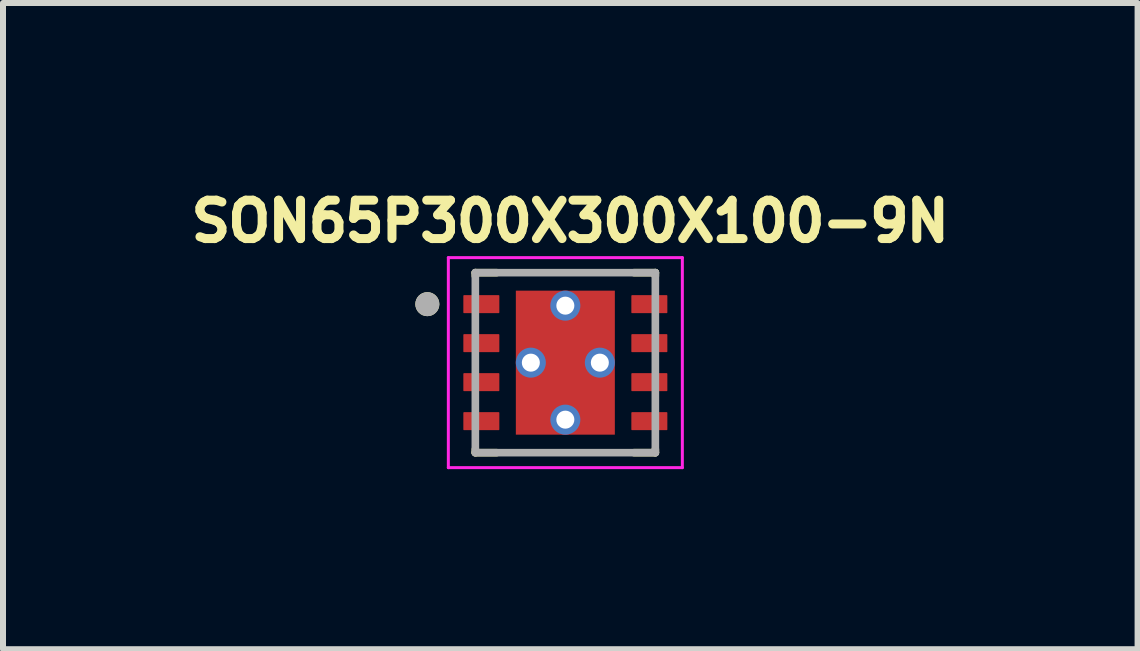
<source format=kicad_pcb>
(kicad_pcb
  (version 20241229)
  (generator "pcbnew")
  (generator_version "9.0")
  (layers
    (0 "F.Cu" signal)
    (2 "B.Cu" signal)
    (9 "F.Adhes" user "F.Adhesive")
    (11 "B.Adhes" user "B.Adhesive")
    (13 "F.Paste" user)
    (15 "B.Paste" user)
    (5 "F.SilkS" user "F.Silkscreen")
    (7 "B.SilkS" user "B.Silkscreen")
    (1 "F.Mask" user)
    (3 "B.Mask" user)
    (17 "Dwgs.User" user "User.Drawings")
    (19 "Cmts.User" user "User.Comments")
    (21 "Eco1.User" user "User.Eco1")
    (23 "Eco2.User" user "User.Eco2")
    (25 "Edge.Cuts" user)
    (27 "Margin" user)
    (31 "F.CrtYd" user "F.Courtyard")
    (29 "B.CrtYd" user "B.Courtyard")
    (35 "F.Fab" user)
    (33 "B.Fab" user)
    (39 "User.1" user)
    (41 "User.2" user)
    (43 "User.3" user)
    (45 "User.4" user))
  (footprint "SON65P300X300X100-9N"
    (layer "F.Cu")
    (at 6.372 2.994)
    (property "Reference" "SON65P300X300X100-9N" (at 0.082 -2.356 0) (layer "F.SilkS") (effects (font (size 0.64 0.64) (thickness 0.15))))
    (attr smd)
    (fp_poly (pts (xy -0.895 -1.27) (xy 0.895 -1.27) (xy 0.895 1.27) (xy -0.895 1.27)) (stroke (width 0.01) (type solid)) (fill yes) (layer "F.Mask"))
    (fp_poly (pts (xy -1.72 -1.195) (xy -1.08 -1.195) (xy -1.077 -1.195) (xy -1.075 -1.195) (xy -1.072 -1.194) (xy -1.07 -1.194) (xy -1.067 -1.193) (xy -1.065 -1.193) (xy -1.062 -1.192) (xy -1.06 -1.191) (xy -1.057 -1.19) (xy -1.055 -1.188) (xy -1.053 -1.187) (xy -1.051 -1.185) (xy -1.049 -1.184) (xy -1.047 -1.182) (xy -1.045 -1.18) (xy -1.043 -1.178) (xy -1.041 -1.176) (xy -1.04 -1.174) (xy -1.038 -1.172) (xy -1.037 -1.17) (xy -1.035 -1.168) (xy -1.034 -1.165) (xy -1.033 -1.163) (xy -1.032 -1.16) (xy -1.032 -1.158) (xy -1.031 -1.155) (xy -1.031 -1.153) (xy -1.03 -1.15) (xy -1.03 -1.148) (xy -1.03 -1.145) (xy -1.03 -0.805) (xy -1.03 -0.802) (xy -1.03 -0.8) (xy -1.031 -0.797) (xy -1.031 -0.795) (xy -1.032 -0.792) (xy -1.032 -0.79) (xy -1.033 -0.787) (xy -1.034 -0.785) (xy -1.035 -0.782) (xy -1.037 -0.78) (xy -1.038 -0.778) (xy -1.04 -0.776) (xy -1.041 -0.774) (xy -1.043 -0.772) (xy -1.045 -0.77) (xy -1.047 -0.768) (xy -1.049 -0.766) (xy -1.051 -0.765) (xy -1.053 -0.763) (xy -1.055 -0.762) (xy -1.057 -0.76) (xy -1.06 -0.759) (xy -1.062 -0.758) (xy -1.065 -0.757) (xy -1.067 -0.757) (xy -1.07 -0.756) (xy -1.072 -0.756) (xy -1.075 -0.755) (xy -1.077 -0.755) (xy -1.08 -0.755) (xy -1.72 -0.755) (xy -1.723 -0.755) (xy -1.725 -0.755) (xy -1.728 -0.756) (xy -1.73 -0.756) (xy -1.733 -0.757) (xy -1.735 -0.757) (xy -1.738 -0.758) (xy -1.74 -0.759) (xy -1.743 -0.76) (xy -1.745 -0.762) (xy -1.747 -0.763) (xy -1.749 -0.765) (xy -1.751 -0.766) (xy -1.753 -0.768) (xy -1.755 -0.77) (xy -1.757 -0.772) (xy -1.759 -0.774) (xy -1.76 -0.776) (xy -1.762 -0.778) (xy -1.763 -0.78) (xy -1.765 -0.782) (xy -1.766 -0.785) (xy -1.767 -0.787) (xy -1.768 -0.79) (xy -1.768 -0.792) (xy -1.769 -0.795) (xy -1.769 -0.797) (xy -1.77 -0.8) (xy -1.77 -0.802) (xy -1.77 -0.805) (xy -1.77 -1.145) (xy -1.77 -1.148) (xy -1.77 -1.15) (xy -1.769 -1.153) (xy -1.769 -1.155) (xy -1.768 -1.158) (xy -1.768 -1.16) (xy -1.767 -1.163) (xy -1.766 -1.165) (xy -1.765 -1.168) (xy -1.763 -1.17) (xy -1.762 -1.172) (xy -1.76 -1.174) (xy -1.759 -1.176) (xy -1.757 -1.178) (xy -1.755 -1.18) (xy -1.753 -1.182) (xy -1.751 -1.184) (xy -1.749 -1.185) (xy -1.747 -1.187) (xy -1.745 -1.188) (xy -1.743 -1.19) (xy -1.74 -1.191) (xy -1.738 -1.192) (xy -1.735 -1.193) (xy -1.733 -1.193) (xy -1.73 -1.194) (xy -1.728 -1.194) (xy -1.725 -1.195) (xy -1.723 -1.195) (xy -1.72 -1.195)) (stroke (width 0.01) (type solid)) (fill yes) (layer "F.Mask"))
    (fp_poly (pts (xy -1.72 -0.545) (xy -1.08 -0.545) (xy -1.077 -0.545) (xy -1.075 -0.545) (xy -1.072 -0.544) (xy -1.07 -0.544) (xy -1.067 -0.543) (xy -1.065 -0.543) (xy -1.062 -0.542) (xy -1.06 -0.541) (xy -1.057 -0.54) (xy -1.055 -0.538) (xy -1.053 -0.537) (xy -1.051 -0.535) (xy -1.049 -0.534) (xy -1.047 -0.532) (xy -1.045 -0.53) (xy -1.043 -0.528) (xy -1.041 -0.526) (xy -1.04 -0.524) (xy -1.038 -0.522) (xy -1.037 -0.52) (xy -1.035 -0.518) (xy -1.034 -0.515) (xy -1.033 -0.513) (xy -1.032 -0.51) (xy -1.032 -0.508) (xy -1.031 -0.505) (xy -1.031 -0.503) (xy -1.03 -0.5) (xy -1.03 -0.498) (xy -1.03 -0.495) (xy -1.03 -0.155) (xy -1.03 -0.152) (xy -1.03 -0.15) (xy -1.031 -0.147) (xy -1.031 -0.145) (xy -1.032 -0.142) (xy -1.032 -0.14) (xy -1.033 -0.137) (xy -1.034 -0.135) (xy -1.035 -0.132) (xy -1.037 -0.13) (xy -1.038 -0.128) (xy -1.04 -0.126) (xy -1.041 -0.124) (xy -1.043 -0.122) (xy -1.045 -0.12) (xy -1.047 -0.118) (xy -1.049 -0.116) (xy -1.051 -0.115) (xy -1.053 -0.113) (xy -1.055 -0.112) (xy -1.057 -0.11) (xy -1.06 -0.109) (xy -1.062 -0.108) (xy -1.065 -0.107) (xy -1.067 -0.107) (xy -1.07 -0.106) (xy -1.072 -0.106) (xy -1.075 -0.105) (xy -1.077 -0.105) (xy -1.08 -0.105) (xy -1.72 -0.105) (xy -1.723 -0.105) (xy -1.725 -0.105) (xy -1.728 -0.106) (xy -1.73 -0.106) (xy -1.733 -0.107) (xy -1.735 -0.107) (xy -1.738 -0.108) (xy -1.74 -0.109) (xy -1.743 -0.11) (xy -1.745 -0.112) (xy -1.747 -0.113) (xy -1.749 -0.115) (xy -1.751 -0.116) (xy -1.753 -0.118) (xy -1.755 -0.12) (xy -1.757 -0.122) (xy -1.759 -0.124) (xy -1.76 -0.126) (xy -1.762 -0.128) (xy -1.763 -0.13) (xy -1.765 -0.132) (xy -1.766 -0.135) (xy -1.767 -0.137) (xy -1.768 -0.14) (xy -1.768 -0.142) (xy -1.769 -0.145) (xy -1.769 -0.147) (xy -1.77 -0.15) (xy -1.77 -0.152) (xy -1.77 -0.155) (xy -1.77 -0.495) (xy -1.77 -0.498) (xy -1.77 -0.5) (xy -1.769 -0.503) (xy -1.769 -0.505) (xy -1.768 -0.508) (xy -1.768 -0.51) (xy -1.767 -0.513) (xy -1.766 -0.515) (xy -1.765 -0.518) (xy -1.763 -0.52) (xy -1.762 -0.522) (xy -1.76 -0.524) (xy -1.759 -0.526) (xy -1.757 -0.528) (xy -1.755 -0.53) (xy -1.753 -0.532) (xy -1.751 -0.534) (xy -1.749 -0.535) (xy -1.747 -0.537) (xy -1.745 -0.538) (xy -1.743 -0.54) (xy -1.74 -0.541) (xy -1.738 -0.542) (xy -1.735 -0.543) (xy -1.733 -0.543) (xy -1.73 -0.544) (xy -1.728 -0.544) (xy -1.725 -0.545) (xy -1.723 -0.545) (xy -1.72 -0.545)) (stroke (width 0.01) (type solid)) (fill yes) (layer "F.Mask"))
    (fp_poly (pts (xy -1.72 0.105) (xy -1.08 0.105) (xy -1.077 0.105) (xy -1.075 0.105) (xy -1.072 0.106) (xy -1.07 0.106) (xy -1.067 0.107) (xy -1.065 0.107) (xy -1.062 0.108) (xy -1.06 0.109) (xy -1.057 0.11) (xy -1.055 0.112) (xy -1.053 0.113) (xy -1.051 0.115) (xy -1.049 0.116) (xy -1.047 0.118) (xy -1.045 0.12) (xy -1.043 0.122) (xy -1.041 0.124) (xy -1.04 0.126) (xy -1.038 0.128) (xy -1.037 0.13) (xy -1.035 0.132) (xy -1.034 0.135) (xy -1.033 0.137) (xy -1.032 0.14) (xy -1.032 0.142) (xy -1.031 0.145) (xy -1.031 0.147) (xy -1.03 0.15) (xy -1.03 0.152) (xy -1.03 0.155) (xy -1.03 0.495) (xy -1.03 0.498) (xy -1.03 0.5) (xy -1.031 0.503) (xy -1.031 0.505) (xy -1.032 0.508) (xy -1.032 0.51) (xy -1.033 0.513) (xy -1.034 0.515) (xy -1.035 0.518) (xy -1.037 0.52) (xy -1.038 0.522) (xy -1.04 0.524) (xy -1.041 0.526) (xy -1.043 0.528) (xy -1.045 0.53) (xy -1.047 0.532) (xy -1.049 0.534) (xy -1.051 0.535) (xy -1.053 0.537) (xy -1.055 0.538) (xy -1.057 0.54) (xy -1.06 0.541) (xy -1.062 0.542) (xy -1.065 0.543) (xy -1.067 0.543) (xy -1.07 0.544) (xy -1.072 0.544) (xy -1.075 0.545) (xy -1.077 0.545) (xy -1.08 0.545) (xy -1.72 0.545) (xy -1.723 0.545) (xy -1.725 0.545) (xy -1.728 0.544) (xy -1.73 0.544) (xy -1.733 0.543) (xy -1.735 0.543) (xy -1.738 0.542) (xy -1.74 0.541) (xy -1.743 0.54) (xy -1.745 0.538) (xy -1.747 0.537) (xy -1.749 0.535) (xy -1.751 0.534) (xy -1.753 0.532) (xy -1.755 0.53) (xy -1.757 0.528) (xy -1.759 0.526) (xy -1.76 0.524) (xy -1.762 0.522) (xy -1.763 0.52) (xy -1.765 0.518) (xy -1.766 0.515) (xy -1.767 0.513) (xy -1.768 0.51) (xy -1.768 0.508) (xy -1.769 0.505) (xy -1.769 0.503) (xy -1.77 0.5) (xy -1.77 0.498) (xy -1.77 0.495) (xy -1.77 0.155) (xy -1.77 0.152) (xy -1.77 0.15) (xy -1.769 0.147) (xy -1.769 0.145) (xy -1.768 0.142) (xy -1.768 0.14) (xy -1.767 0.137) (xy -1.766 0.135) (xy -1.765 0.132) (xy -1.763 0.13) (xy -1.762 0.128) (xy -1.76 0.126) (xy -1.759 0.124) (xy -1.757 0.122) (xy -1.755 0.12) (xy -1.753 0.118) (xy -1.751 0.116) (xy -1.749 0.115) (xy -1.747 0.113) (xy -1.745 0.112) (xy -1.743 0.11) (xy -1.74 0.109) (xy -1.738 0.108) (xy -1.735 0.107) (xy -1.733 0.107) (xy -1.73 0.106) (xy -1.728 0.106) (xy -1.725 0.105) (xy -1.723 0.105) (xy -1.72 0.105)) (stroke (width 0.01) (type solid)) (fill yes) (layer "F.Mask"))
    (fp_poly (pts (xy -1.72 0.755) (xy -1.08 0.755) (xy -1.077 0.755) (xy -1.075 0.755) (xy -1.072 0.756) (xy -1.07 0.756) (xy -1.067 0.757) (xy -1.065 0.757) (xy -1.062 0.758) (xy -1.06 0.759) (xy -1.057 0.76) (xy -1.055 0.762) (xy -1.053 0.763) (xy -1.051 0.765) (xy -1.049 0.766) (xy -1.047 0.768) (xy -1.045 0.77) (xy -1.043 0.772) (xy -1.041 0.774) (xy -1.04 0.776) (xy -1.038 0.778) (xy -1.037 0.78) (xy -1.035 0.782) (xy -1.034 0.785) (xy -1.033 0.787) (xy -1.032 0.79) (xy -1.032 0.792) (xy -1.031 0.795) (xy -1.031 0.797) (xy -1.03 0.8) (xy -1.03 0.802) (xy -1.03 0.805) (xy -1.03 1.145) (xy -1.03 1.148) (xy -1.03 1.15) (xy -1.031 1.153) (xy -1.031 1.155) (xy -1.032 1.158) (xy -1.032 1.16) (xy -1.033 1.163) (xy -1.034 1.165) (xy -1.035 1.168) (xy -1.037 1.17) (xy -1.038 1.172) (xy -1.04 1.174) (xy -1.041 1.176) (xy -1.043 1.178) (xy -1.045 1.18) (xy -1.047 1.182) (xy -1.049 1.184) (xy -1.051 1.185) (xy -1.053 1.187) (xy -1.055 1.188) (xy -1.057 1.19) (xy -1.06 1.191) (xy -1.062 1.192) (xy -1.065 1.193) (xy -1.067 1.193) (xy -1.07 1.194) (xy -1.072 1.194) (xy -1.075 1.195) (xy -1.077 1.195) (xy -1.08 1.195) (xy -1.72 1.195) (xy -1.723 1.195) (xy -1.725 1.195) (xy -1.728 1.194) (xy -1.73 1.194) (xy -1.733 1.193) (xy -1.735 1.193) (xy -1.738 1.192) (xy -1.74 1.191) (xy -1.743 1.19) (xy -1.745 1.188) (xy -1.747 1.187) (xy -1.749 1.185) (xy -1.751 1.184) (xy -1.753 1.182) (xy -1.755 1.18) (xy -1.757 1.178) (xy -1.759 1.176) (xy -1.76 1.174) (xy -1.762 1.172) (xy -1.763 1.17) (xy -1.765 1.168) (xy -1.766 1.165) (xy -1.767 1.163) (xy -1.768 1.16) (xy -1.768 1.158) (xy -1.769 1.155) (xy -1.769 1.153) (xy -1.77 1.15) (xy -1.77 1.148) (xy -1.77 1.145) (xy -1.77 0.805) (xy -1.77 0.802) (xy -1.77 0.8) (xy -1.769 0.797) (xy -1.769 0.795) (xy -1.768 0.792) (xy -1.768 0.79) (xy -1.767 0.787) (xy -1.766 0.785) (xy -1.765 0.782) (xy -1.763 0.78) (xy -1.762 0.778) (xy -1.76 0.776) (xy -1.759 0.774) (xy -1.757 0.772) (xy -1.755 0.77) (xy -1.753 0.768) (xy -1.751 0.766) (xy -1.749 0.765) (xy -1.747 0.763) (xy -1.745 0.762) (xy -1.743 0.76) (xy -1.74 0.759) (xy -1.738 0.758) (xy -1.735 0.757) (xy -1.733 0.757) (xy -1.73 0.756) (xy -1.728 0.756) (xy -1.725 0.755) (xy -1.723 0.755) (xy -1.72 0.755)) (stroke (width 0.01) (type solid)) (fill yes) (layer "F.Mask"))
    (fp_poly (pts (xy 1.08 -1.195) (xy 1.72 -1.195) (xy 1.723 -1.195) (xy 1.725 -1.195) (xy 1.728 -1.194) (xy 1.73 -1.194) (xy 1.733 -1.193) (xy 1.735 -1.193) (xy 1.738 -1.192) (xy 1.74 -1.191) (xy 1.743 -1.19) (xy 1.745 -1.188) (xy 1.747 -1.187) (xy 1.749 -1.185) (xy 1.751 -1.184) (xy 1.753 -1.182) (xy 1.755 -1.18) (xy 1.757 -1.178) (xy 1.759 -1.176) (xy 1.76 -1.174) (xy 1.762 -1.172) (xy 1.763 -1.17) (xy 1.765 -1.168) (xy 1.766 -1.165) (xy 1.767 -1.163) (xy 1.768 -1.16) (xy 1.768 -1.158) (xy 1.769 -1.155) (xy 1.769 -1.153) (xy 1.77 -1.15) (xy 1.77 -1.148) (xy 1.77 -1.145) (xy 1.77 -0.805) (xy 1.77 -0.802) (xy 1.77 -0.8) (xy 1.769 -0.797) (xy 1.769 -0.795) (xy 1.768 -0.792) (xy 1.768 -0.79) (xy 1.767 -0.787) (xy 1.766 -0.785) (xy 1.765 -0.782) (xy 1.763 -0.78) (xy 1.762 -0.778) (xy 1.76 -0.776) (xy 1.759 -0.774) (xy 1.757 -0.772) (xy 1.755 -0.77) (xy 1.753 -0.768) (xy 1.751 -0.766) (xy 1.749 -0.765) (xy 1.747 -0.763) (xy 1.745 -0.762) (xy 1.743 -0.76) (xy 1.74 -0.759) (xy 1.738 -0.758) (xy 1.735 -0.757) (xy 1.733 -0.757) (xy 1.73 -0.756) (xy 1.728 -0.756) (xy 1.725 -0.755) (xy 1.723 -0.755) (xy 1.72 -0.755) (xy 1.08 -0.755) (xy 1.077 -0.755) (xy 1.075 -0.755) (xy 1.072 -0.756) (xy 1.07 -0.756) (xy 1.067 -0.757) (xy 1.065 -0.757) (xy 1.062 -0.758) (xy 1.06 -0.759) (xy 1.057 -0.76) (xy 1.055 -0.762) (xy 1.053 -0.763) (xy 1.051 -0.765) (xy 1.049 -0.766) (xy 1.047 -0.768) (xy 1.045 -0.77) (xy 1.043 -0.772) (xy 1.041 -0.774) (xy 1.04 -0.776) (xy 1.038 -0.778) (xy 1.037 -0.78) (xy 1.035 -0.782) (xy 1.034 -0.785) (xy 1.033 -0.787) (xy 1.032 -0.79) (xy 1.032 -0.792) (xy 1.031 -0.795) (xy 1.031 -0.797) (xy 1.03 -0.8) (xy 1.03 -0.802) (xy 1.03 -0.805) (xy 1.03 -1.145) (xy 1.03 -1.148) (xy 1.03 -1.15) (xy 1.031 -1.153) (xy 1.031 -1.155) (xy 1.032 -1.158) (xy 1.032 -1.16) (xy 1.033 -1.163) (xy 1.034 -1.165) (xy 1.035 -1.168) (xy 1.037 -1.17) (xy 1.038 -1.172) (xy 1.04 -1.174) (xy 1.041 -1.176) (xy 1.043 -1.178) (xy 1.045 -1.18) (xy 1.047 -1.182) (xy 1.049 -1.184) (xy 1.051 -1.185) (xy 1.053 -1.187) (xy 1.055 -1.188) (xy 1.057 -1.19) (xy 1.06 -1.191) (xy 1.062 -1.192) (xy 1.065 -1.193) (xy 1.067 -1.193) (xy 1.07 -1.194) (xy 1.072 -1.194) (xy 1.075 -1.195) (xy 1.077 -1.195) (xy 1.08 -1.195)) (stroke (width 0.01) (type solid)) (fill yes) (layer "F.Mask"))
    (fp_poly (pts (xy 1.08 -0.545) (xy 1.72 -0.545) (xy 1.723 -0.545) (xy 1.725 -0.545) (xy 1.728 -0.544) (xy 1.73 -0.544) (xy 1.733 -0.543) (xy 1.735 -0.543) (xy 1.738 -0.542) (xy 1.74 -0.541) (xy 1.743 -0.54) (xy 1.745 -0.538) (xy 1.747 -0.537) (xy 1.749 -0.535) (xy 1.751 -0.534) (xy 1.753 -0.532) (xy 1.755 -0.53) (xy 1.757 -0.528) (xy 1.759 -0.526) (xy 1.76 -0.524) (xy 1.762 -0.522) (xy 1.763 -0.52) (xy 1.765 -0.518) (xy 1.766 -0.515) (xy 1.767 -0.513) (xy 1.768 -0.51) (xy 1.768 -0.508) (xy 1.769 -0.505) (xy 1.769 -0.503) (xy 1.77 -0.5) (xy 1.77 -0.498) (xy 1.77 -0.495) (xy 1.77 -0.155) (xy 1.77 -0.152) (xy 1.77 -0.15) (xy 1.769 -0.147) (xy 1.769 -0.145) (xy 1.768 -0.142) (xy 1.768 -0.14) (xy 1.767 -0.137) (xy 1.766 -0.135) (xy 1.765 -0.132) (xy 1.763 -0.13) (xy 1.762 -0.128) (xy 1.76 -0.126) (xy 1.759 -0.124) (xy 1.757 -0.122) (xy 1.755 -0.12) (xy 1.753 -0.118) (xy 1.751 -0.116) (xy 1.749 -0.115) (xy 1.747 -0.113) (xy 1.745 -0.112) (xy 1.743 -0.11) (xy 1.74 -0.109) (xy 1.738 -0.108) (xy 1.735 -0.107) (xy 1.733 -0.107) (xy 1.73 -0.106) (xy 1.728 -0.106) (xy 1.725 -0.105) (xy 1.723 -0.105) (xy 1.72 -0.105) (xy 1.08 -0.105) (xy 1.077 -0.105) (xy 1.075 -0.105) (xy 1.072 -0.106) (xy 1.07 -0.106) (xy 1.067 -0.107) (xy 1.065 -0.107) (xy 1.062 -0.108) (xy 1.06 -0.109) (xy 1.057 -0.11) (xy 1.055 -0.112) (xy 1.053 -0.113) (xy 1.051 -0.115) (xy 1.049 -0.116) (xy 1.047 -0.118) (xy 1.045 -0.12) (xy 1.043 -0.122) (xy 1.041 -0.124) (xy 1.04 -0.126) (xy 1.038 -0.128) (xy 1.037 -0.13) (xy 1.035 -0.132) (xy 1.034 -0.135) (xy 1.033 -0.137) (xy 1.032 -0.14) (xy 1.032 -0.142) (xy 1.031 -0.145) (xy 1.031 -0.147) (xy 1.03 -0.15) (xy 1.03 -0.152) (xy 1.03 -0.155) (xy 1.03 -0.495) (xy 1.03 -0.498) (xy 1.03 -0.5) (xy 1.031 -0.503) (xy 1.031 -0.505) (xy 1.032 -0.508) (xy 1.032 -0.51) (xy 1.033 -0.513) (xy 1.034 -0.515) (xy 1.035 -0.518) (xy 1.037 -0.52) (xy 1.038 -0.522) (xy 1.04 -0.524) (xy 1.041 -0.526) (xy 1.043 -0.528) (xy 1.045 -0.53) (xy 1.047 -0.532) (xy 1.049 -0.534) (xy 1.051 -0.535) (xy 1.053 -0.537) (xy 1.055 -0.538) (xy 1.057 -0.54) (xy 1.06 -0.541) (xy 1.062 -0.542) (xy 1.065 -0.543) (xy 1.067 -0.543) (xy 1.07 -0.544) (xy 1.072 -0.544) (xy 1.075 -0.545) (xy 1.077 -0.545) (xy 1.08 -0.545)) (stroke (width 0.01) (type solid)) (fill yes) (layer "F.Mask"))
    (fp_poly (pts (xy 1.08 0.105) (xy 1.72 0.105) (xy 1.723 0.105) (xy 1.725 0.105) (xy 1.728 0.106) (xy 1.73 0.106) (xy 1.733 0.107) (xy 1.735 0.107) (xy 1.738 0.108) (xy 1.74 0.109) (xy 1.743 0.11) (xy 1.745 0.112) (xy 1.747 0.113) (xy 1.749 0.115) (xy 1.751 0.116) (xy 1.753 0.118) (xy 1.755 0.12) (xy 1.757 0.122) (xy 1.759 0.124) (xy 1.76 0.126) (xy 1.762 0.128) (xy 1.763 0.13) (xy 1.765 0.132) (xy 1.766 0.135) (xy 1.767 0.137) (xy 1.768 0.14) (xy 1.768 0.142) (xy 1.769 0.145) (xy 1.769 0.147) (xy 1.77 0.15) (xy 1.77 0.152) (xy 1.77 0.155) (xy 1.77 0.495) (xy 1.77 0.498) (xy 1.77 0.5) (xy 1.769 0.503) (xy 1.769 0.505) (xy 1.768 0.508) (xy 1.768 0.51) (xy 1.767 0.513) (xy 1.766 0.515) (xy 1.765 0.518) (xy 1.763 0.52) (xy 1.762 0.522) (xy 1.76 0.524) (xy 1.759 0.526) (xy 1.757 0.528) (xy 1.755 0.53) (xy 1.753 0.532) (xy 1.751 0.534) (xy 1.749 0.535) (xy 1.747 0.537) (xy 1.745 0.538) (xy 1.743 0.54) (xy 1.74 0.541) (xy 1.738 0.542) (xy 1.735 0.543) (xy 1.733 0.543) (xy 1.73 0.544) (xy 1.728 0.544) (xy 1.725 0.545) (xy 1.723 0.545) (xy 1.72 0.545) (xy 1.08 0.545) (xy 1.077 0.545) (xy 1.075 0.545) (xy 1.072 0.544) (xy 1.07 0.544) (xy 1.067 0.543) (xy 1.065 0.543) (xy 1.062 0.542) (xy 1.06 0.541) (xy 1.057 0.54) (xy 1.055 0.538) (xy 1.053 0.537) (xy 1.051 0.535) (xy 1.049 0.534) (xy 1.047 0.532) (xy 1.045 0.53) (xy 1.043 0.528) (xy 1.041 0.526) (xy 1.04 0.524) (xy 1.038 0.522) (xy 1.037 0.52) (xy 1.035 0.518) (xy 1.034 0.515) (xy 1.033 0.513) (xy 1.032 0.51) (xy 1.032 0.508) (xy 1.031 0.505) (xy 1.031 0.503) (xy 1.03 0.5) (xy 1.03 0.498) (xy 1.03 0.495) (xy 1.03 0.155) (xy 1.03 0.152) (xy 1.03 0.15) (xy 1.031 0.147) (xy 1.031 0.145) (xy 1.032 0.142) (xy 1.032 0.14) (xy 1.033 0.137) (xy 1.034 0.135) (xy 1.035 0.132) (xy 1.037 0.13) (xy 1.038 0.128) (xy 1.04 0.126) (xy 1.041 0.124) (xy 1.043 0.122) (xy 1.045 0.12) (xy 1.047 0.118) (xy 1.049 0.116) (xy 1.051 0.115) (xy 1.053 0.113) (xy 1.055 0.112) (xy 1.057 0.11) (xy 1.06 0.109) (xy 1.062 0.108) (xy 1.065 0.107) (xy 1.067 0.107) (xy 1.07 0.106) (xy 1.072 0.106) (xy 1.075 0.105) (xy 1.077 0.105) (xy 1.08 0.105)) (stroke (width 0.01) (type solid)) (fill yes) (layer "F.Mask"))
    (fp_poly (pts (xy 1.08 0.755) (xy 1.72 0.755) (xy 1.723 0.755) (xy 1.725 0.755) (xy 1.728 0.756) (xy 1.73 0.756) (xy 1.733 0.757) (xy 1.735 0.757) (xy 1.738 0.758) (xy 1.74 0.759) (xy 1.743 0.76) (xy 1.745 0.762) (xy 1.747 0.763) (xy 1.749 0.765) (xy 1.751 0.766) (xy 1.753 0.768) (xy 1.755 0.77) (xy 1.757 0.772) (xy 1.759 0.774) (xy 1.76 0.776) (xy 1.762 0.778) (xy 1.763 0.78) (xy 1.765 0.782) (xy 1.766 0.785) (xy 1.767 0.787) (xy 1.768 0.79) (xy 1.768 0.792) (xy 1.769 0.795) (xy 1.769 0.797) (xy 1.77 0.8) (xy 1.77 0.802) (xy 1.77 0.805) (xy 1.77 1.145) (xy 1.77 1.148) (xy 1.77 1.15) (xy 1.769 1.153) (xy 1.769 1.155) (xy 1.768 1.158) (xy 1.768 1.16) (xy 1.767 1.163) (xy 1.766 1.165) (xy 1.765 1.168) (xy 1.763 1.17) (xy 1.762 1.172) (xy 1.76 1.174) (xy 1.759 1.176) (xy 1.757 1.178) (xy 1.755 1.18) (xy 1.753 1.182) (xy 1.751 1.184) (xy 1.749 1.185) (xy 1.747 1.187) (xy 1.745 1.188) (xy 1.743 1.19) (xy 1.74 1.191) (xy 1.738 1.192) (xy 1.735 1.193) (xy 1.733 1.193) (xy 1.73 1.194) (xy 1.728 1.194) (xy 1.725 1.195) (xy 1.723 1.195) (xy 1.72 1.195) (xy 1.08 1.195) (xy 1.077 1.195) (xy 1.075 1.195) (xy 1.072 1.194) (xy 1.07 1.194) (xy 1.067 1.193) (xy 1.065 1.193) (xy 1.062 1.192) (xy 1.06 1.191) (xy 1.057 1.19) (xy 1.055 1.188) (xy 1.053 1.187) (xy 1.051 1.185) (xy 1.049 1.184) (xy 1.047 1.182) (xy 1.045 1.18) (xy 1.043 1.178) (xy 1.041 1.176) (xy 1.04 1.174) (xy 1.038 1.172) (xy 1.037 1.17) (xy 1.035 1.168) (xy 1.034 1.165) (xy 1.033 1.163) (xy 1.032 1.16) (xy 1.032 1.158) (xy 1.031 1.155) (xy 1.031 1.153) (xy 1.03 1.15) (xy 1.03 1.148) (xy 1.03 1.145) (xy 1.03 0.805) (xy 1.03 0.802) (xy 1.03 0.8) (xy 1.031 0.797) (xy 1.031 0.795) (xy 1.032 0.792) (xy 1.032 0.79) (xy 1.033 0.787) (xy 1.034 0.785) (xy 1.035 0.782) (xy 1.037 0.78) (xy 1.038 0.778) (xy 1.04 0.776) (xy 1.041 0.774) (xy 1.043 0.772) (xy 1.045 0.77) (xy 1.047 0.768) (xy 1.049 0.766) (xy 1.051 0.765) (xy 1.053 0.763) (xy 1.055 0.762) (xy 1.057 0.76) (xy 1.06 0.759) (xy 1.062 0.758) (xy 1.065 0.757) (xy 1.067 0.757) (xy 1.07 0.756) (xy 1.072 0.756) (xy 1.075 0.755) (xy 1.077 0.755) (xy 1.08 0.755)) (stroke (width 0.01) (type solid)) (fill yes) (layer "F.Mask"))
    (fp_line (start -1.5 -1.5) (end -1.145 -1.5) (stroke (width 0.127) (type solid)) (layer "F.SilkS"))
    (fp_line (start -1.5 -1.445) (end -1.5 -1.5) (stroke (width 0.127) (type solid)) (layer "F.SilkS"))
    (fp_line (start -1.5 1.5) (end -1.5 1.445) (stroke (width 0.127) (type solid)) (layer "F.SilkS"))
    (fp_line (start -1.145 1.5) (end -1.5 1.5) (stroke (width 0.127) (type solid)) (layer "F.SilkS"))
    (fp_line (start 1.145 -1.5) (end 1.5 -1.5) (stroke (width 0.127) (type solid)) (layer "F.SilkS"))
    (fp_line (start 1.5 -1.5) (end 1.5 -1.445) (stroke (width 0.127) (type solid)) (layer "F.SilkS"))
    (fp_line (start 1.5 1.5) (end 1.145 1.5) (stroke (width 0.127) (type solid)) (layer "F.SilkS"))
    (fp_line (start 1.5 1.5) (end 1.5 1.445) (stroke (width 0.127) (type solid)) (layer "F.SilkS"))
    (fp_circle (center -2.3 -0.975) (end -2.2 -0.975) (stroke (width 0.2) (type solid)) (fill no) (layer "F.SilkS"))
    (fp_poly (pts (xy -0.735 -1.16) (xy 0.735 -1.16) (xy 0.735 -0.1) (xy -0.735 -0.1)) (stroke (width 0.01) (type solid)) (fill yes) (layer "F.Paste"))
    (fp_poly (pts (xy -0.735 0.1) (xy 0.735 0.1) (xy 0.735 1.16) (xy -0.735 1.16)) (stroke (width 0.01) (type solid)) (fill yes) (layer "F.Paste"))
    (fp_line (start -1.95 -1.75) (end -1.95 1.75) (stroke (width 0.05) (type solid)) (layer "F.CrtYd"))
    (fp_line (start -1.95 1.75) (end 1.95 1.75) (stroke (width 0.05) (type solid)) (layer "F.CrtYd"))
    (fp_line (start 1.95 -1.75) (end -1.95 -1.75) (stroke (width 0.05) (type solid)) (layer "F.CrtYd"))
    (fp_line (start 1.95 1.75) (end 1.95 -1.75) (stroke (width 0.05) (type solid)) (layer "F.CrtYd"))
    (fp_line (start -1.5 -1.5) (end 1.5 -1.5) (stroke (width 0.127) (type solid)) (layer "F.Fab"))
    (fp_line (start -1.5 1.5) (end -1.5 -1.5) (stroke (width 0.127) (type solid)) (layer "F.Fab"))
    (fp_line (start 1.5 -1.5) (end 1.5 1.5) (stroke (width 0.127) (type solid)) (layer "F.Fab"))
    (fp_line (start 1.5 1.5) (end -1.5 1.5) (stroke (width 0.127) (type solid)) (layer "F.Fab"))
    (fp_circle (center -2.3 -0.975) (end -2.2 -0.975) (stroke (width 0.2) (type solid)) (fill no) (layer "F.Fab"))
    (pad "1" smd roundrect (at -1.4 -0.975) (size 0.6 0.3) (layers "F.Cu" "F.Paste") (roundrect_rratio 0.04))
    (pad "2" smd roundrect (at -1.4 -0.325) (size 0.6 0.3) (layers "F.Cu" "F.Paste") (roundrect_rratio 0.04))
    (pad "3" smd roundrect (at -1.4 0.325) (size 0.6 0.3) (layers "F.Cu" "F.Paste") (roundrect_rratio 0.04))
    (pad "4" smd roundrect (at -1.4 0.975) (size 0.6 0.3) (layers "F.Cu" "F.Paste") (roundrect_rratio 0.04))
    (pad "5" smd roundrect (at 1.4 0.975) (size 0.6 0.3) (layers "F.Cu" "F.Paste") (roundrect_rratio 0.04))
    (pad "6" smd roundrect (at 1.4 0.325) (size 0.6 0.3) (layers "F.Cu" "F.Paste") (roundrect_rratio 0.04))
    (pad "7" smd roundrect (at 1.4 -0.325) (size 0.6 0.3) (layers "F.Cu" "F.Paste") (roundrect_rratio 0.04))
    (pad "8" smd roundrect (at 1.4 -0.975) (size 0.6 0.3) (layers "F.Cu" "F.Paste") (roundrect_rratio 0.04))
    (pad "9" thru_hole circle (at -0.575 0) (size 0.5 0.5) (drill 0.3) (layers "*.Cu"))
    (pad "9" thru_hole circle (at 0 -0.95) (size 0.5 0.5) (drill 0.3) (layers "*.Cu"))
    (pad "9" smd rect (at 0 0) (size 1.65 2.4) (layers "F.Cu"))
    (pad "9" thru_hole circle (at 0 0.95) (size 0.5 0.5) (drill 0.3) (layers "*.Cu"))
    (pad "9" thru_hole circle (at 0.575 0) (size 0.5 0.5) (drill 0.3) (layers "*.Cu")))
  (gr_rect
    (start -3 -3)
    (end 15.909 7.769)
    (stroke (width 0.1) (type default))
    (fill no)
    (layer "Edge.Cuts")))
</source>
